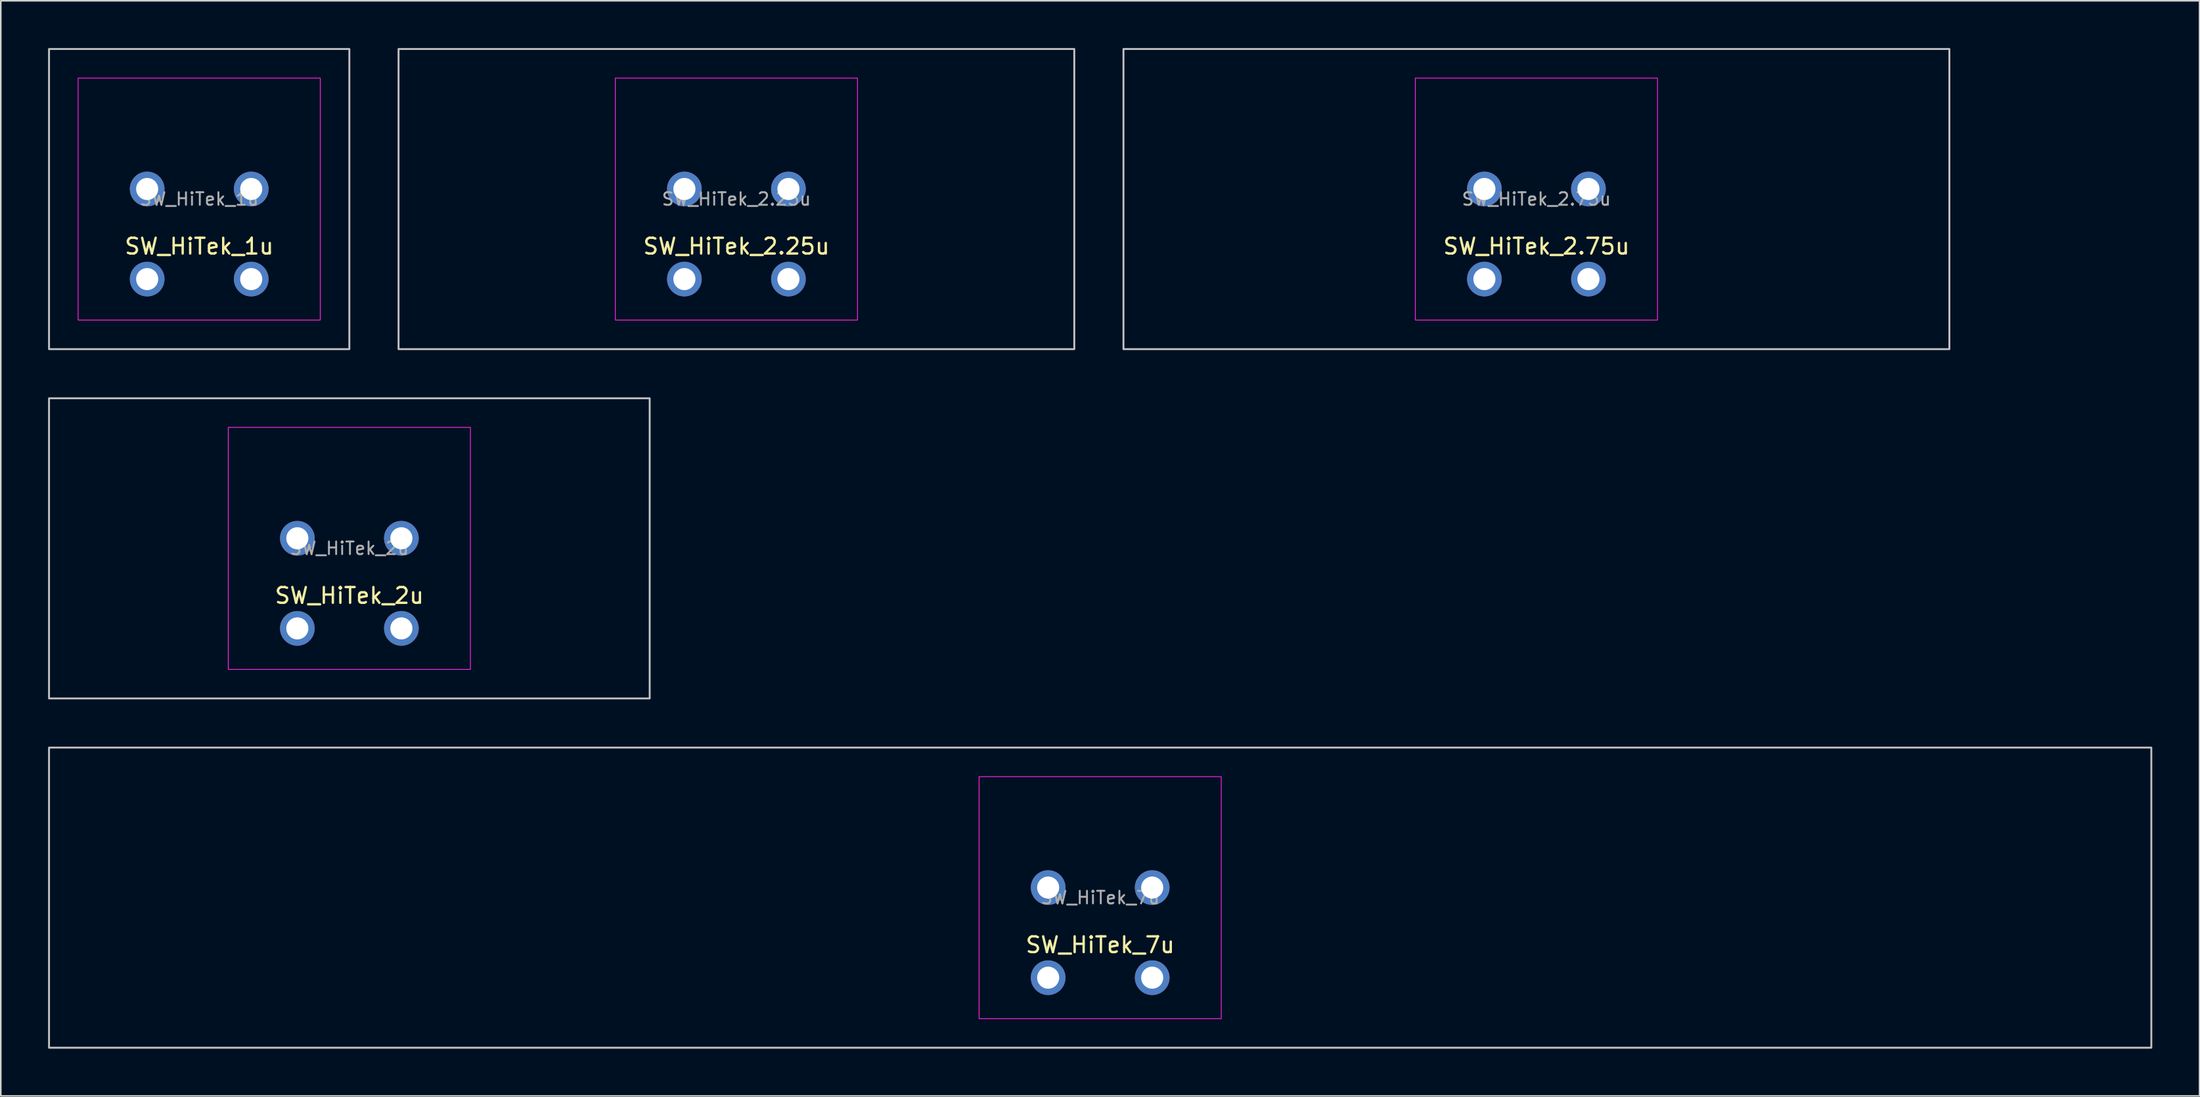
<source format=kicad_pcb>
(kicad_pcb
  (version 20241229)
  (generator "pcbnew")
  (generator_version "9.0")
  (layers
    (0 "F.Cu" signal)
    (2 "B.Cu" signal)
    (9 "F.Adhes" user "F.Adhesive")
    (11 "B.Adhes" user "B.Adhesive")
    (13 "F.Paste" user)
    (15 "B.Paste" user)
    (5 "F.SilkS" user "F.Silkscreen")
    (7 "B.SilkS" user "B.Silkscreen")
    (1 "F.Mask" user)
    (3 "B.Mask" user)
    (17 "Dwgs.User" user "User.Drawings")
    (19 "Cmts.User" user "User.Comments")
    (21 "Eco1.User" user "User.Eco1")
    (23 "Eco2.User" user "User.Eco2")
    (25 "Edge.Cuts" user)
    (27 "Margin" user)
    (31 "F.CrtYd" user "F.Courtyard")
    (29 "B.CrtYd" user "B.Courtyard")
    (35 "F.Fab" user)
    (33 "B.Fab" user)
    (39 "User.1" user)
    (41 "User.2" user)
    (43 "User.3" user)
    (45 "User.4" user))
  (footprint "SW_HiTek_1u"
    (layer "F.Cu")
    (at 9.585 9.585)
    (property "Reference" "SW_HiTek_1u" (at 0 3 0) (unlocked yes) (layer "F.SilkS") (effects (font (size 1 1) (thickness 0.15))))
    (attr through_hole exclude_from_pos_files exclude_from_bom)
    (fp_rect (start -9.525 -9.525) (end 9.525 9.525) (stroke (width 0.12) (type solid)) (fill no) (layer "Dwgs.User"))
    (fp_line (start -7.81 7.31) (end -7.81 -7.31) (stroke (width 0.05) (type solid)) (layer "Eco2.User"))
    (fp_line (start -7.31 -7.81) (end 7.31 -7.81) (stroke (width 0.05) (type solid)) (layer "Eco2.User"))
    (fp_line (start 7.31 7.81) (end -7.31 7.81) (stroke (width 0.05) (type solid)) (layer "Eco2.User"))
    (fp_line (start 7.81 7.31) (end 7.81 -7.31) (stroke (width 0.05) (type solid)) (layer "Eco2.User"))
    (fp_arc (start -7.81 -7.31) (mid -7.663553 -7.663553) (end -7.31 -7.81) (stroke (width 0.05) (type solid)) (layer "Eco2.User"))
    (fp_arc (start -7.31 7.81) (mid -7.663553 7.663553) (end -7.81 7.31) (stroke (width 0.05) (type solid)) (layer "Eco2.User"))
    (fp_arc (start 7.31 -7.81) (mid 7.663553 -7.663553) (end 7.81 -7.31) (stroke (width 0.05) (type solid)) (layer "Eco2.User"))
    (fp_arc (start 7.81 7.31) (mid 7.663553 7.663553) (end 7.31 7.81) (stroke (width 0.05) (type solid)) (layer "Eco2.User"))
    (fp_rect (start -7.68 -7.68) (end 7.68 7.68) (stroke (width 0.05) (type solid)) (fill no) (layer "F.CrtYd"))
    (fp_text user "${REFERENCE}" (at 0 0 0) (layer "F.Fab") (effects (font (size 0.8 0.8) (thickness 0.12))))
    (pad "1" thru_hole circle (at -3.3 -0.64) (size 2.2 2.2) (drill 1.4) (layers "*.Cu" "B.Mask"))
    (pad "1" thru_hole circle (at -3.3 5.08) (size 2.2 2.2) (drill 1.4) (layers "*.Cu" "B.Mask"))
    (pad "2" thru_hole circle (at 3.3 -0.64) (size 2.2 2.2) (drill 1.4) (layers "*.Cu" "B.Mask"))
    (pad "2" thru_hole circle (at 3.3 5.08) (size 2.2 2.2) (drill 1.4) (layers "*.Cu" "B.Mask")))
  (footprint "SW_HiTek_2.25u"
    (layer "F.Cu")
    (at 43.661 9.585)
    (property "Reference" "SW_HiTek_2.25u" (at 0 3 0) (unlocked yes) (layer "F.SilkS") (effects (font (size 1 1) (thickness 0.15))))
    (attr through_hole exclude_from_pos_files exclude_from_bom)
    (fp_rect (start -21.431 -9.525) (end 21.431 9.525) (stroke (width 0.12) (type solid)) (fill no) (layer "Dwgs.User"))
    (fp_line (start -7.81 7.31) (end -7.81 -7.31) (stroke (width 0.05) (type solid)) (layer "Eco2.User"))
    (fp_line (start -7.31 -7.81) (end 7.31 -7.81) (stroke (width 0.05) (type solid)) (layer "Eco2.User"))
    (fp_line (start 7.31 7.81) (end -7.31 7.81) (stroke (width 0.05) (type solid)) (layer "Eco2.User"))
    (fp_line (start 7.81 7.31) (end 7.81 -7.31) (stroke (width 0.05) (type solid)) (layer "Eco2.User"))
    (fp_arc (start -7.81 -7.31) (mid -7.663553 -7.663553) (end -7.31 -7.81) (stroke (width 0.05) (type solid)) (layer "Eco2.User"))
    (fp_arc (start -7.31 7.81) (mid -7.663553 7.663553) (end -7.81 7.31) (stroke (width 0.05) (type solid)) (layer "Eco2.User"))
    (fp_arc (start 7.31 -7.81) (mid 7.663553 -7.663553) (end 7.81 -7.31) (stroke (width 0.05) (type solid)) (layer "Eco2.User"))
    (fp_arc (start 7.81 7.31) (mid 7.663553 7.663553) (end 7.31 7.81) (stroke (width 0.05) (type solid)) (layer "Eco2.User"))
    (fp_rect (start -7.68 -7.68) (end 7.68 7.68) (stroke (width 0.05) (type solid)) (fill no) (layer "F.CrtYd"))
    (fp_text user "${REFERENCE}" (at 0 0 0) (layer "F.Fab") (effects (font (size 0.8 0.8) (thickness 0.12))))
    (pad "1" thru_hole circle (at -3.3 -0.64) (size 2.2 2.2) (drill 1.4) (layers "*.Cu" "B.Mask"))
    (pad "1" thru_hole circle (at -3.3 5.08) (size 2.2 2.2) (drill 1.4) (layers "*.Cu" "B.Mask"))
    (pad "2" thru_hole circle (at 3.3 -0.64) (size 2.2 2.2) (drill 1.4) (layers "*.Cu" "B.Mask"))
    (pad "2" thru_hole circle (at 3.3 5.08) (size 2.2 2.2) (drill 1.4) (layers "*.Cu" "B.Mask")))
  (footprint "SW_HiTek_2u"
    (layer "F.Cu")
    (at 19.11 31.755)
    (property "Reference" "SW_HiTek_2u" (at 0 3 0) (unlocked yes) (layer "F.SilkS") (effects (font (size 1 1) (thickness 0.15))))
    (attr through_hole exclude_from_pos_files exclude_from_bom)
    (fp_rect (start -19.05 -9.525) (end 19.05 9.525) (stroke (width 0.12) (type solid)) (fill no) (layer "Dwgs.User"))
    (fp_line (start -7.81 7.31) (end -7.81 -7.31) (stroke (width 0.05) (type solid)) (layer "Eco2.User"))
    (fp_line (start -7.31 -7.81) (end 7.31 -7.81) (stroke (width 0.05) (type solid)) (layer "Eco2.User"))
    (fp_line (start 7.31 7.81) (end -7.31 7.81) (stroke (width 0.05) (type solid)) (layer "Eco2.User"))
    (fp_line (start 7.81 7.31) (end 7.81 -7.31) (stroke (width 0.05) (type solid)) (layer "Eco2.User"))
    (fp_arc (start -7.81 -7.31) (mid -7.663553 -7.663553) (end -7.31 -7.81) (stroke (width 0.05) (type solid)) (layer "Eco2.User"))
    (fp_arc (start -7.31 7.81) (mid -7.663553 7.663553) (end -7.81 7.31) (stroke (width 0.05) (type solid)) (layer "Eco2.User"))
    (fp_arc (start 7.31 -7.81) (mid 7.663553 -7.663553) (end 7.81 -7.31) (stroke (width 0.05) (type solid)) (layer "Eco2.User"))
    (fp_arc (start 7.81 7.31) (mid 7.663553 7.663553) (end 7.31 7.81) (stroke (width 0.05) (type solid)) (layer "Eco2.User"))
    (fp_rect (start -7.68 -7.68) (end 7.68 7.68) (stroke (width 0.05) (type solid)) (fill no) (layer "F.CrtYd"))
    (fp_text user "${REFERENCE}" (at 0 0 0) (layer "F.Fab") (effects (font (size 0.8 0.8) (thickness 0.12))))
    (pad "1" thru_hole circle (at -3.3 -0.64) (size 2.2 2.2) (drill 1.4) (layers "*.Cu" "B.Mask"))
    (pad "1" thru_hole circle (at -3.3 5.08) (size 2.2 2.2) (drill 1.4) (layers "*.Cu" "B.Mask"))
    (pad "2" thru_hole circle (at 3.3 -0.64) (size 2.2 2.2) (drill 1.4) (layers "*.Cu" "B.Mask"))
    (pad "2" thru_hole circle (at 3.3 5.08) (size 2.2 2.2) (drill 1.4) (layers "*.Cu" "B.Mask")))
  (footprint "SW_HiTek_7u"
    (layer "F.Cu")
    (at 66.735 53.925)
    (property "Reference" "SW_HiTek_7u" (at 0 3 0) (unlocked yes) (layer "F.SilkS") (effects (font (size 1 1) (thickness 0.15))))
    (attr through_hole exclude_from_pos_files exclude_from_bom)
    (fp_rect (start -66.675 -9.525) (end 66.675 9.525) (stroke (width 0.12) (type solid)) (fill no) (layer "Dwgs.User"))
    (fp_line (start -7.81 7.31) (end -7.81 -7.31) (stroke (width 0.05) (type solid)) (layer "Eco2.User"))
    (fp_line (start -7.31 -7.81) (end 7.31 -7.81) (stroke (width 0.05) (type solid)) (layer "Eco2.User"))
    (fp_line (start 7.31 7.81) (end -7.31 7.81) (stroke (width 0.05) (type solid)) (layer "Eco2.User"))
    (fp_line (start 7.81 7.31) (end 7.81 -7.31) (stroke (width 0.05) (type solid)) (layer "Eco2.User"))
    (fp_arc (start -7.81 -7.31) (mid -7.663553 -7.663553) (end -7.31 -7.81) (stroke (width 0.05) (type solid)) (layer "Eco2.User"))
    (fp_arc (start -7.31 7.81) (mid -7.663553 7.663553) (end -7.81 7.31) (stroke (width 0.05) (type solid)) (layer "Eco2.User"))
    (fp_arc (start 7.31 -7.81) (mid 7.663553 -7.663553) (end 7.81 -7.31) (stroke (width 0.05) (type solid)) (layer "Eco2.User"))
    (fp_arc (start 7.81 7.31) (mid 7.663553 7.663553) (end 7.31 7.81) (stroke (width 0.05) (type solid)) (layer "Eco2.User"))
    (fp_rect (start -7.68 -7.68) (end 7.68 7.68) (stroke (width 0.05) (type solid)) (fill no) (layer "F.CrtYd"))
    (fp_text user "${REFERENCE}" (at 0 0 0) (layer "F.Fab") (effects (font (size 0.8 0.8) (thickness 0.12))))
    (pad "1" thru_hole circle (at -3.3 -0.64) (size 2.2 2.2) (drill 1.4) (layers "*.Cu" "B.Mask"))
    (pad "1" thru_hole circle (at -3.3 5.08) (size 2.2 2.2) (drill 1.4) (layers "*.Cu" "B.Mask"))
    (pad "2" thru_hole circle (at 3.3 -0.64) (size 2.2 2.2) (drill 1.4) (layers "*.Cu" "B.Mask"))
    (pad "2" thru_hole circle (at 3.3 5.08) (size 2.2 2.2) (drill 1.4) (layers "*.Cu" "B.Mask")))
  (footprint "SW_HiTek_2.75u"
    (layer "F.Cu")
    (at 94.406 9.585)
    (property "Reference" "SW_HiTek_2.75u" (at 0 3 0) (unlocked yes) (layer "F.SilkS") (effects (font (size 1 1) (thickness 0.15))))
    (attr through_hole exclude_from_pos_files exclude_from_bom)
    (fp_rect (start -26.194 -9.525) (end 26.194 9.525) (stroke (width 0.12) (type solid)) (fill no) (layer "Dwgs.User"))
    (fp_line (start -7.81 7.31) (end -7.81 -7.31) (stroke (width 0.05) (type solid)) (layer "Eco2.User"))
    (fp_line (start -7.31 -7.81) (end 7.31 -7.81) (stroke (width 0.05) (type solid)) (layer "Eco2.User"))
    (fp_line (start 7.31 7.81) (end -7.31 7.81) (stroke (width 0.05) (type solid)) (layer "Eco2.User"))
    (fp_line (start 7.81 7.31) (end 7.81 -7.31) (stroke (width 0.05) (type solid)) (layer "Eco2.User"))
    (fp_arc (start -7.81 -7.31) (mid -7.663553 -7.663553) (end -7.31 -7.81) (stroke (width 0.05) (type solid)) (layer "Eco2.User"))
    (fp_arc (start -7.31 7.81) (mid -7.663553 7.663553) (end -7.81 7.31) (stroke (width 0.05) (type solid)) (layer "Eco2.User"))
    (fp_arc (start 7.31 -7.81) (mid 7.663553 -7.663553) (end 7.81 -7.31) (stroke (width 0.05) (type solid)) (layer "Eco2.User"))
    (fp_arc (start 7.81 7.31) (mid 7.663553 7.663553) (end 7.31 7.81) (stroke (width 0.05) (type solid)) (layer "Eco2.User"))
    (fp_rect (start -7.68 -7.68) (end 7.68 7.68) (stroke (width 0.05) (type solid)) (fill no) (layer "F.CrtYd"))
    (fp_text user "${REFERENCE}" (at 0 0 0) (layer "F.Fab") (effects (font (size 0.8 0.8) (thickness 0.12))))
    (pad "1" thru_hole circle (at -3.3 -0.64) (size 2.2 2.2) (drill 1.4) (layers "*.Cu" "B.Mask"))
    (pad "1" thru_hole circle (at -3.3 5.08) (size 2.2 2.2) (drill 1.4) (layers "*.Cu" "B.Mask"))
    (pad "2" thru_hole circle (at 3.3 -0.64) (size 2.2 2.2) (drill 1.4) (layers "*.Cu" "B.Mask"))
    (pad "2" thru_hole circle (at 3.3 5.08) (size 2.2 2.2) (drill 1.4) (layers "*.Cu" "B.Mask")))
  (gr_rect
    (start -3 -3)
    (end 136.47 66.51)
    (stroke (width 0.1) (type default))
    (fill no)
    (layer "Edge.Cuts")))
</source>
